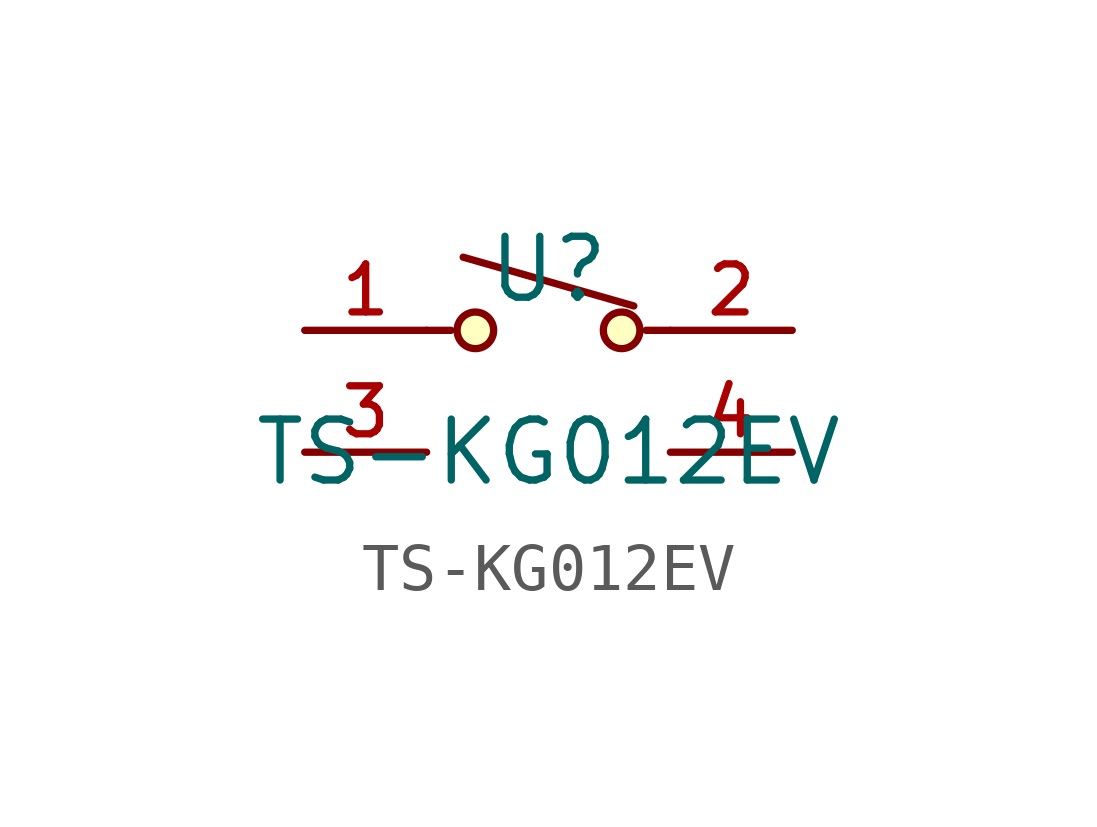
<source format=kicad_sym>
(kicad_symbol_lib
  (version 20210201)
  (generator TousstNicolas/JLC2KiCad_lib)
  (symbol "TS-KG012EV"
    (pin_names hide)
    (property "Reference" "U"
      (at 0 1.27 0)
      (effects (font (size 1.27 1.27))))
    (property "Value" "TS-KG012EV"
      (at 0 -2.54 0)
      (effects (font (size 1.27 1.27))))
    (symbol "TS-KG012EV_0_1"
      (pin unspecified line (at 5.08 -2.54 180) (length 2.54) (name "4" (effects (font (size 1 1)))) (number "4" (effects (font (size 1 1)))))
      (circle (center -1.524 -0.0) (radius 0.381) (stroke (width 0) (type default) (color 0 0 0 0)) (fill (type background)))
      (circle (center 1.524 -0.0) (radius 0.381) (stroke (width 0) (type default) (color 0 0 0 0)) (fill (type background)))
      (polyline (pts (xy 1.778 0.508) (xy -1.778 1.524)) (stroke (width 0) (type default) (color 0 0 0 0)) (fill (type none)))
      (polyline (pts (xy 2.032 -0.0) (xy 2.54 -0.0)) (stroke (width 0) (type default) (color 0 0 0 0)) (fill (type none)))
      (polyline (pts (xy -2.032 -0.0) (xy -2.54 -0.0)) (stroke (width 0) (type default) (color 0 0 0 0)) (fill (type none)))
      (pin unspecified line (at -5.08 -0.0 0) (length 2.54) (name "1" (effects (font (size 1 1)))) (number "1" (effects (font (size 1 1)))))
      (pin unspecified line (at 5.08 -0.0 180) (length 2.54) (name "2" (effects (font (size 1 1)))) (number "2" (effects (font (size 1 1)))))
      (pin unspecified line (at -5.08 -2.54 0) (length 2.54) (name "3" (effects (font (size 1 1)))) (number "3" (effects (font (size 1 1))))))))
</source>
